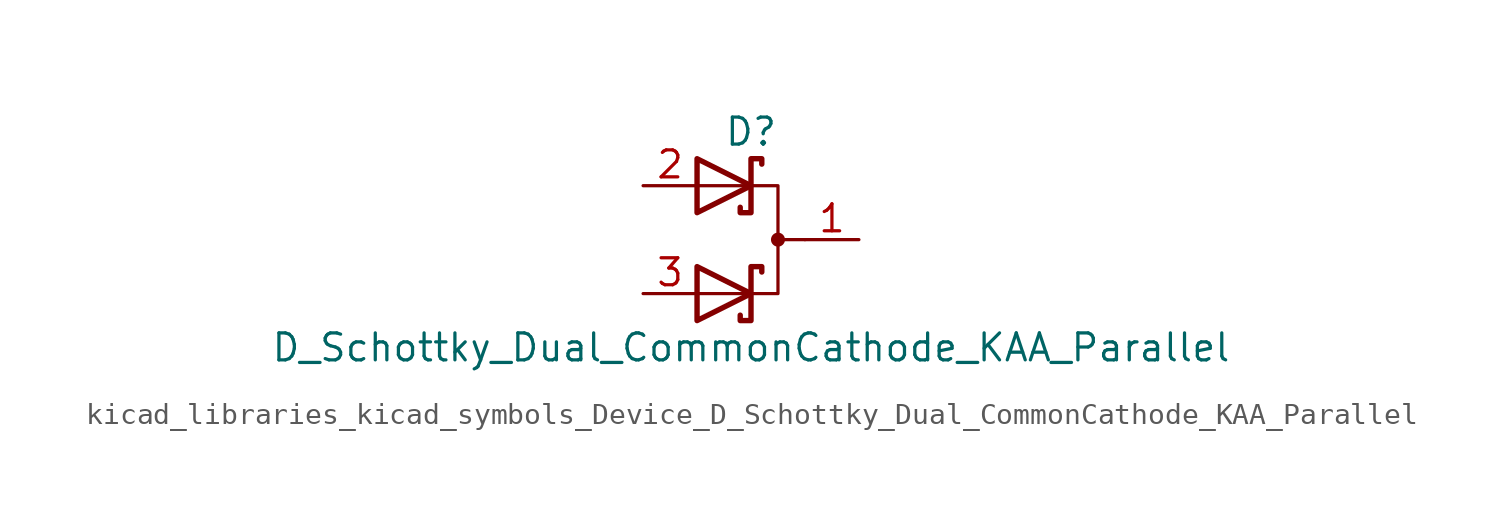
<source format=kicad_sym>
(kicad_symbol_lib
  (version 20220914)
  (generator kicad_symbol_editor)
  (symbol "kicad_libraries_kicad_symbols_Device_D_Schottky_Dual_CommonCathode_KAA_Parallel"
    (pin_names
      (offset 0.762) hide)
    (property "Reference" "D"
      (at 0 5.08 0)
      (effects (font (size 1.27 1.27))))
    (property "Value" "D_Schottky_Dual_CommonCathode_KAA_Parallel"
      (at 0 -5.08 0)
      (effects (font (size 1.27 1.27))))
    (symbol "kicad_libraries_kicad_symbols_Device_D_Schottky_Dual_CommonCathode_KAA_Parallel_0_1"
      (polyline (pts (xy 1.27 0) (xy 2.54 0)) (stroke (width 0) (type default)) (fill (type none)))
      (polyline (pts (xy -2.54 -2.54) (xy 1.27 -2.54) (xy 1.27 2.54) (xy -2.54 2.54)) (stroke (width 0) (type default)) (fill (type none)))
      (polyline (pts (xy -2.54 -1.27) (xy 0 -2.54) (xy -2.54 -3.81) (xy -2.54 -1.27) (xy -2.54 -1.27) (xy -2.54 -1.27)) (stroke (width 0.254) (type default)) (fill (type none)))
      (polyline (pts (xy -2.54 3.81) (xy 0 2.54) (xy -2.54 1.27) (xy -2.54 3.81) (xy -2.54 3.81) (xy -2.54 3.81)) (stroke (width 0.254) (type default)) (fill (type none)))
      (polyline (pts (xy 0.508 -1.524) (xy 0.508 -1.27) (xy 0 -1.27) (xy 0 -3.81) (xy -0.508 -3.81) (xy -0.508 -3.556)) (stroke (width 0.254) (type default)) (fill (type none)))
      (polyline (pts (xy 0.508 3.556) (xy 0.508 3.81) (xy 0 3.81) (xy 0 1.27) (xy -0.508 1.27) (xy -0.508 1.524)) (stroke (width 0.254) (type default)) (fill (type none)))
      (circle (center 1.27 0) (radius 0.254) (stroke (width 0) (type default)) (fill (type outline)))
      (pin passive line (at 5.08 0 180) (length 2.54) (name "A" (effects (font (size 1.27 1.27)))) (number "1" (effects (font (size 1.27 1.27)))))
      (pin passive line (at -5.08 2.54 0) (length 2.54) (name "K" (effects (font (size 1.27 1.27)))) (number "2" (effects (font (size 1.27 1.27)))))
      (pin passive line (at -5.08 -2.54 0) (length 2.54) (name "K" (effects (font (size 1.27 1.27)))) (number "3" (effects (font (size 1.27 1.27))))))))
</source>
